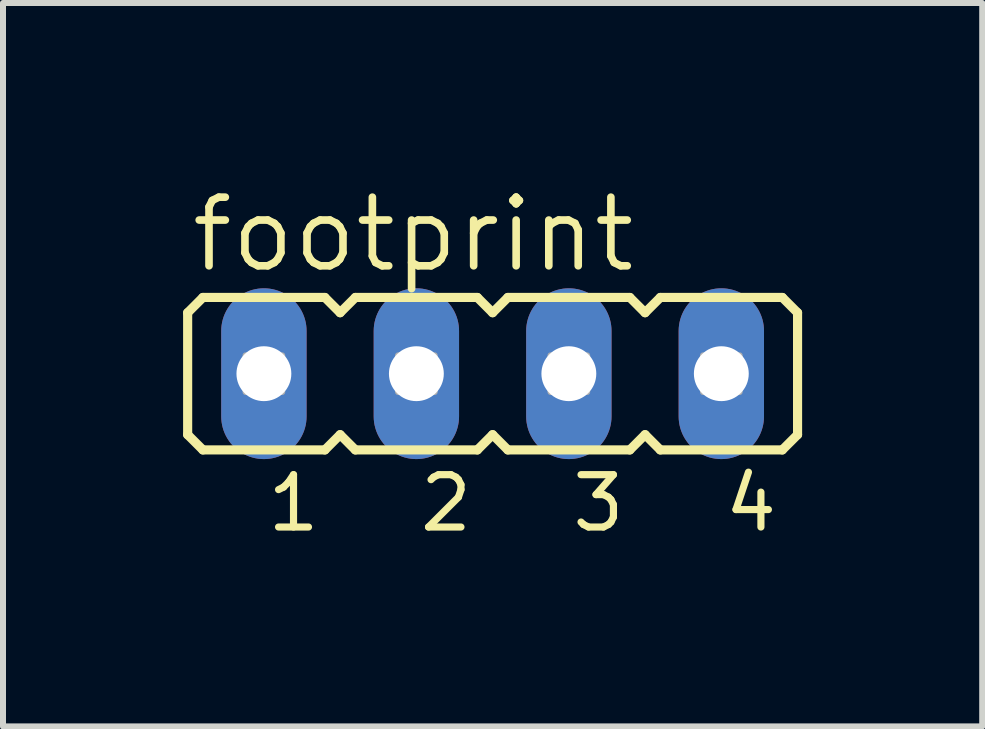
<source format=kicad_pcb>
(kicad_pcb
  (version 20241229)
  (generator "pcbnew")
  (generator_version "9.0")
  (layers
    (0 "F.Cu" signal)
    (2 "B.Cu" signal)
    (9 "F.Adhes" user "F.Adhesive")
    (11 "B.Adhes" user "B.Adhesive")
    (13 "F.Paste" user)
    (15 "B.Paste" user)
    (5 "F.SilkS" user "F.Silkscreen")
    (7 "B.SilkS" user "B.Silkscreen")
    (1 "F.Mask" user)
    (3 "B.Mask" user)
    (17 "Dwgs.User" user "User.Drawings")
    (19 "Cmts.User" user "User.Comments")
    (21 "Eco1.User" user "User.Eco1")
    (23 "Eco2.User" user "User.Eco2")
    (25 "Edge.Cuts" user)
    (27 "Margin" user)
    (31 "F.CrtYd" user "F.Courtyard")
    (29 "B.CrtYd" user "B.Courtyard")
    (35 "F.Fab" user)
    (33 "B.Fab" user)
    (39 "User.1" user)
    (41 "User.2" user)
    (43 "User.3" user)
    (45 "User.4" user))
  (footprint "footprint"
    (layer "F.Cu")
    (at 5.156 3.175)
    (property "Reference" "footprint" (at -5.08 -1.651 0) (layer "F.SilkS") (effects (font (size 1.143 1.143) (thickness 0.127)) (justify left bottom)))
    (fp_line (start -5.08 -1.016) (end -4.826 -1.27) (stroke (width 0.152) (type solid)) (layer "F.SilkS"))
    (fp_line (start -5.08 1.016) (end -5.08 -1.016) (stroke (width 0.152) (type solid)) (layer "F.SilkS"))
    (fp_line (start -5.08 1.016) (end -4.826 1.27) (stroke (width 0.152) (type solid)) (layer "F.SilkS"))
    (fp_line (start -2.794 -1.27) (end -4.826 -1.27) (stroke (width 0.152) (type solid)) (layer "F.SilkS"))
    (fp_line (start -2.794 -1.27) (end -2.54 -1.016) (stroke (width 0.152) (type solid)) (layer "F.SilkS"))
    (fp_line (start -2.794 1.27) (end -4.826 1.27) (stroke (width 0.152) (type solid)) (layer "F.SilkS"))
    (fp_line (start -2.794 1.27) (end -2.54 1.016) (stroke (width 0.152) (type solid)) (layer "F.SilkS"))
    (fp_line (start -2.54 -1.016) (end -2.286 -1.27) (stroke (width 0.152) (type solid)) (layer "F.SilkS"))
    (fp_line (start -2.54 1.016) (end -2.286 1.27) (stroke (width 0.152) (type solid)) (layer "F.SilkS"))
    (fp_line (start -0.254 -1.27) (end -2.286 -1.27) (stroke (width 0.152) (type solid)) (layer "F.SilkS"))
    (fp_line (start -0.254 -1.27) (end 0 -1.016) (stroke (width 0.152) (type solid)) (layer "F.SilkS"))
    (fp_line (start -0.254 1.27) (end -2.286 1.27) (stroke (width 0.152) (type solid)) (layer "F.SilkS"))
    (fp_line (start -0.254 1.27) (end 0 1.016) (stroke (width 0.152) (type solid)) (layer "F.SilkS"))
    (fp_line (start 0 -1.016) (end 0.254 -1.27) (stroke (width 0.152) (type solid)) (layer "F.SilkS"))
    (fp_line (start 0 1.016) (end 0.254 1.27) (stroke (width 0.152) (type solid)) (layer "F.SilkS"))
    (fp_line (start 2.286 -1.27) (end 0.254 -1.27) (stroke (width 0.152) (type solid)) (layer "F.SilkS"))
    (fp_line (start 2.286 -1.27) (end 2.54 -1.016) (stroke (width 0.152) (type solid)) (layer "F.SilkS"))
    (fp_line (start 2.286 1.27) (end 0.254 1.27) (stroke (width 0.152) (type solid)) (layer "F.SilkS"))
    (fp_line (start 2.286 1.27) (end 2.54 1.016) (stroke (width 0.152) (type solid)) (layer "F.SilkS"))
    (fp_line (start 2.54 -1.016) (end 2.794 -1.27) (stroke (width 0.152) (type solid)) (layer "F.SilkS"))
    (fp_line (start 2.54 1.016) (end 2.794 1.27) (stroke (width 0.152) (type solid)) (layer "F.SilkS"))
    (fp_line (start 4.826 -1.27) (end 2.794 -1.27) (stroke (width 0.152) (type solid)) (layer "F.SilkS"))
    (fp_line (start 4.826 -1.27) (end 5.08 -1.016) (stroke (width 0.152) (type solid)) (layer "F.SilkS"))
    (fp_line (start 4.826 1.27) (end 2.794 1.27) (stroke (width 0.152) (type solid)) (layer "F.SilkS"))
    (fp_line (start 4.826 1.27) (end 5.08 1.016) (stroke (width 0.152) (type solid)) (layer "F.SilkS"))
    (fp_line (start 5.08 -1.016) (end 5.08 1.016) (stroke (width 0.152) (type solid)) (layer "F.SilkS"))
    (fp_poly (pts (xy -4.115 0.305) (xy -3.505 0.305) (xy -3.505 -0.305) (xy -4.115 -0.305)) (stroke (width 0.1) (type solid)) (fill no) (layer "F.Fab"))
    (fp_poly (pts (xy -1.575 0.305) (xy -0.965 0.305) (xy -0.965 -0.305) (xy -1.575 -0.305)) (stroke (width 0.1) (type solid)) (fill no) (layer "F.Fab"))
    (fp_poly (pts (xy 0.965 0.305) (xy 1.575 0.305) (xy 1.575 -0.305) (xy 0.965 -0.305)) (stroke (width 0.1) (type solid)) (fill no) (layer "F.Fab"))
    (fp_poly (pts (xy 3.505 0.305) (xy 4.115 0.305) (xy 4.115 -0.305) (xy 3.505 -0.305)) (stroke (width 0.1) (type solid)) (fill no) (layer "F.Fab"))
    (fp_text user "4" (at 3.81 2.667 0) (layer "F.SilkS") (effects (font (size 0.872 0.872) (thickness 0.119)) (justify left bottom)))
    (fp_text user "3" (at 1.27 2.667 0) (layer "F.SilkS") (effects (font (size 0.872 0.872) (thickness 0.119)) (justify left bottom)))
    (fp_text user "1" (at -3.81 2.667 0) (layer "F.SilkS") (effects (font (size 0.872 0.872) (thickness 0.119)) (justify left bottom)))
    (fp_text user "2" (at -1.27 2.667 0) (layer "F.SilkS") (effects (font (size 0.872 0.872) (thickness 0.119)) (justify left bottom)))
    (pad "1" thru_hole oval (at -3.81 0 90) (size 2.845 1.422) (drill 0.914) (layers "*.Cu" "*.Mask"))
    (pad "2" thru_hole oval (at -1.27 0 90) (size 2.845 1.422) (drill 0.914) (layers "*.Cu" "*.Mask"))
    (pad "3" thru_hole oval (at 1.27 0 90) (size 2.845 1.422) (drill 0.914) (layers "*.Cu" "*.Mask"))
    (pad "4" thru_hole oval (at 3.81 0 90) (size 2.845 1.422) (drill 0.914) (layers "*.Cu" "*.Mask")))
  (gr_rect
    (start -3 -3)
    (end 13.312 9.051)
    (stroke (width 0.1) (type default))
    (fill no)
    (layer "Edge.Cuts")))
</source>
